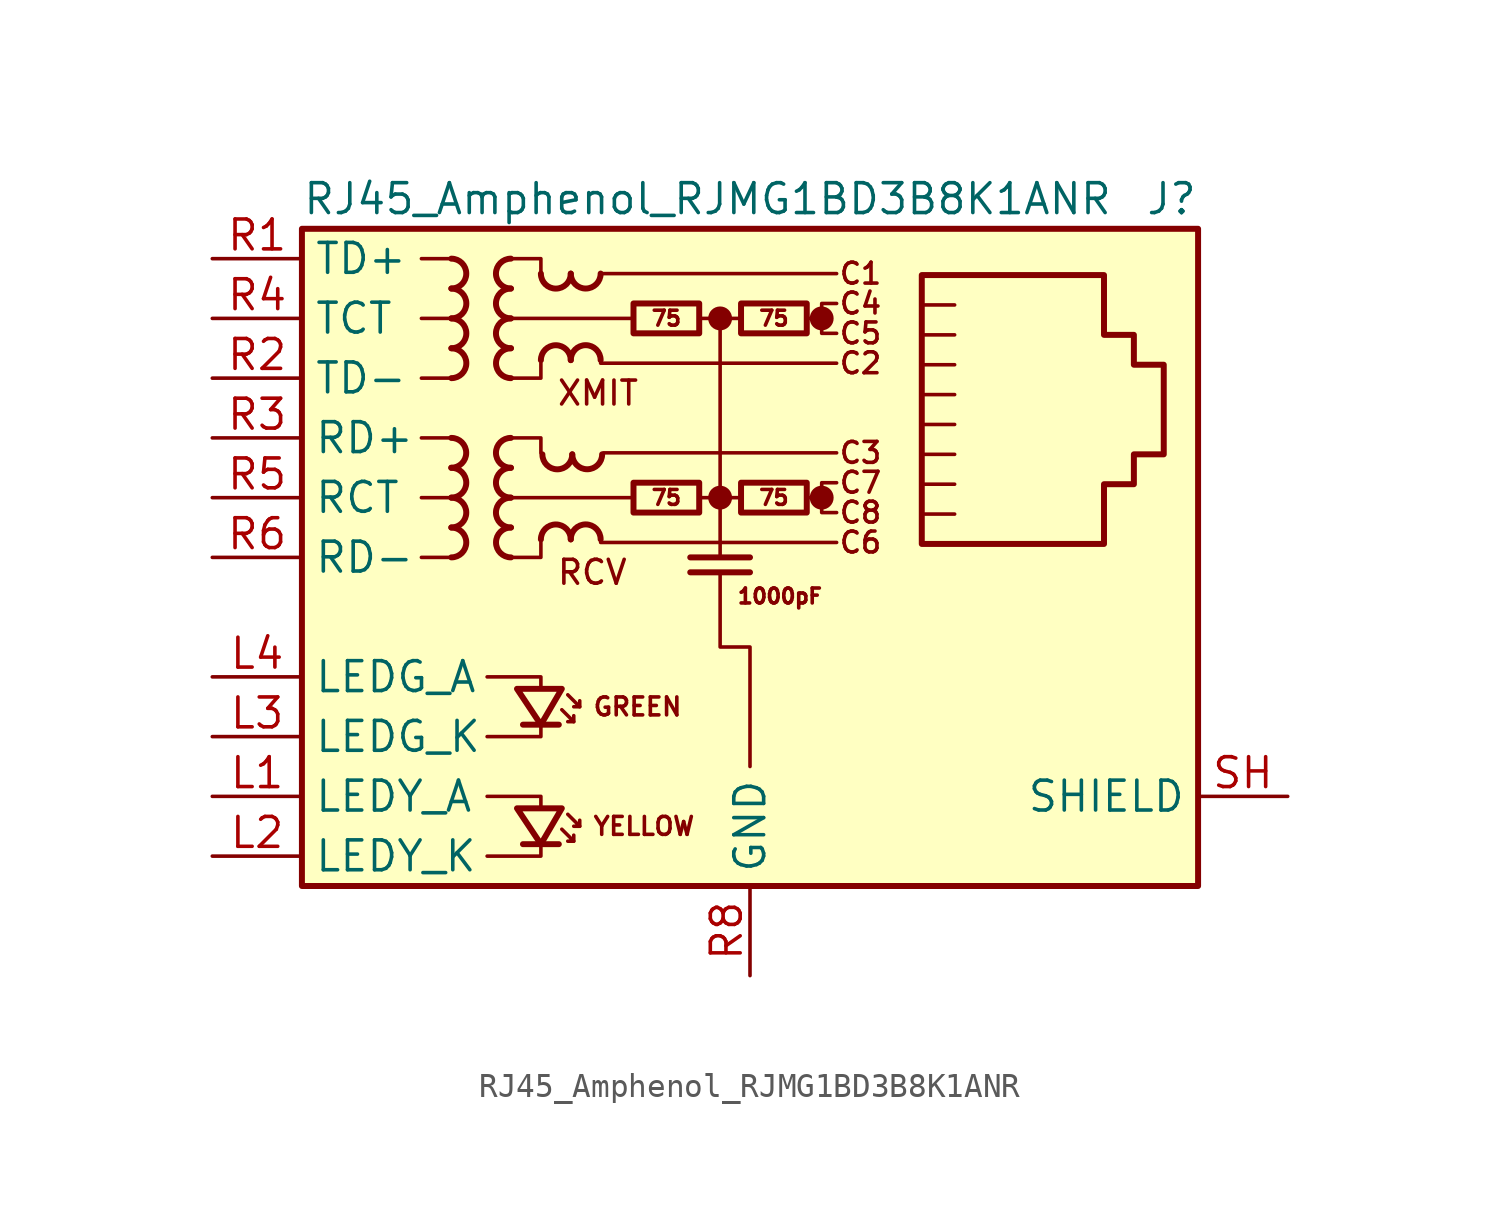
<source format=kicad_sym>
(kicad_symbol_lib
  (version 20220914)
  (generator kicad_symbol_editor)
  (symbol "RJ45_Amphenol_RJMG1BD3B8K1ANR"
    (property "Reference" "J"
      (at 19.05 15.24 0)
      (effects (font (size 1.27 1.27)) (justify right)))
    (property "Value" "RJ45_Amphenol_RJMG1BD3B8K1ANR"
      (at -19.05 15.24 0)
      (effects (font (size 1.27 1.27)) (justify left)))
    (symbol "RJ45_Amphenol_RJMG1BD3B8K1ANR_0_0"
      (circle (center -1.27 2.54) (radius 0.0001) (stroke (width 0.508) (type default)) (fill (type none)))
      (circle (center -1.27 10.16) (radius 0.0001) (stroke (width 0.508) (type default)) (fill (type none)))
      (polyline (pts (xy -1.27 10.16) (xy -1.27 0)) (stroke (width 0) (type default)) (fill (type none)))
      (polyline (pts (xy 0 -0.635) (xy -2.54 -0.635)) (stroke (width 0.254) (type default)) (fill (type none)))
      (polyline (pts (xy 0 0) (xy -2.54 0)) (stroke (width 0.254) (type default)) (fill (type none)))
      (polyline (pts (xy 3.048 2.54) (xy 2.54 2.54)) (stroke (width 0) (type default)) (fill (type none)))
      (polyline (pts (xy 3.048 10.16) (xy 2.54 10.16)) (stroke (width 0) (type default)) (fill (type none)))
      (polyline (pts (xy -11.176 -12.7) (xy -8.89 -12.7) (xy -8.89 -12.065)) (stroke (width 0) (type default)) (fill (type none)))
      (polyline (pts (xy -11.176 -10.16) (xy -8.89 -10.16) (xy -8.89 -10.668)) (stroke (width 0) (type default)) (fill (type none)))
      (polyline (pts (xy -11.176 -5.08) (xy -8.89 -5.08) (xy -8.89 -5.588)) (stroke (width 0) (type default)) (fill (type none)))
      (polyline (pts (xy -8.89 -6.985) (xy -8.89 -7.62) (xy -11.176 -7.62)) (stroke (width 0) (type default)) (fill (type none)))
      (polyline (pts (xy -1.27 -0.635) (xy -1.27 -3.81) (xy 0 -3.81) (xy 0 -8.89)) (stroke (width 0) (type default)) (fill (type none)))
      (polyline (pts (xy 3.683 3.175) (xy 3.048 3.175) (xy 3.048 1.905) (xy 3.683 1.905)) (stroke (width 0) (type default)) (fill (type none)))
      (polyline (pts (xy 3.683 10.795) (xy 3.048 10.795) (xy 3.048 9.525) (xy 3.683 9.525)) (stroke (width 0) (type default)) (fill (type none)))
      (circle (center 3.048 2.54) (radius 0.0001) (stroke (width 0.508) (type default)) (fill (type none)))
      (circle (center 3.048 10.16) (radius 0.0001) (stroke (width 0.508) (type default)) (fill (type none)))
      (text "C1" (at 4.699 12.065 0) (effects (font (size 0.889 0.889))))
      (text "C2" (at 4.699 8.255 0) (effects (font (size 0.889 0.889))))
      (text "C3" (at 4.699 4.445 0) (effects (font (size 0.889 0.889))))
      (text "C4" (at 4.699 10.795 0) (effects (font (size 0.889 0.889))))
      (text "C5" (at 4.699 9.525 0) (effects (font (size 0.889 0.889))))
      (text "C6" (at 4.699 0.635 0) (effects (font (size 0.889 0.889))))
      (text "C7" (at 4.699 3.175 0) (effects (font (size 0.889 0.889))))
      (text "C8" (at 4.699 1.905 0) (effects (font (size 0.889 0.889))))
      (text "GREEN" (at -6.731 -6.35 0) (effects (font (size 0.762 0.762)) (justify left)))
      (text "RCV" (at -8.255 -0.635 0) (effects (font (size 1.016 1.016)) (justify left)))
      (text "XMIT" (at -8.255 6.985 0) (effects (font (size 1.016 1.016)) (justify left)))
      (text "YELLOW" (at -6.731 -11.43 0) (effects (font (size 0.762 0.762)) (justify left))))
    (symbol "RJ45_Amphenol_RJMG1BD3B8K1ANR_0_1"
      (rectangle (start -19.05 13.97) (end 19.05 -13.97) (stroke (width 0.254) (type default)) (fill (type background)))
      (polyline (pts (xy -12.7 0) (xy -13.97 0)) (stroke (width 0) (type default)) (fill (type none)))
      (polyline (pts (xy -12.7 2.54) (xy -13.97 2.54)) (stroke (width 0) (type default)) (fill (type none)))
      (polyline (pts (xy -12.7 5.08) (xy -13.97 5.08)) (stroke (width 0) (type default)) (fill (type none)))
      (polyline (pts (xy -12.7 7.62) (xy -13.97 7.62)) (stroke (width 0) (type default)) (fill (type none)))
      (polyline (pts (xy -12.7 10.16) (xy -13.97 10.16)) (stroke (width 0) (type default)) (fill (type none)))
      (polyline (pts (xy -12.7 12.7) (xy -13.97 12.7)) (stroke (width 0) (type default)) (fill (type none)))
      (polyline (pts (xy -6.35 0.635) (xy 3.683 0.635)) (stroke (width 0) (type default)) (fill (type none)))
      (polyline (pts (xy -6.35 8.255) (xy 3.683 8.255)) (stroke (width 0) (type default)) (fill (type none)))
      (polyline (pts (xy -6.35 12.065) (xy 3.683 12.065)) (stroke (width 0) (type default)) (fill (type none)))
      (polyline (pts (xy -6.223 4.445) (xy 3.683 4.445)) (stroke (width 0) (type default)) (fill (type none)))
      (polyline (pts (xy -5.08 2.54) (xy -10.16 2.54)) (stroke (width 0) (type default)) (fill (type none)))
      (polyline (pts (xy -4.953 10.16) (xy -10.16 10.16)) (stroke (width 0) (type default)) (fill (type none)))
      (polyline (pts (xy -2.159 2.54) (xy -0.381 2.54)) (stroke (width 0) (type default)) (fill (type none)))
      (polyline (pts (xy -2.159 10.16) (xy -0.381 10.16)) (stroke (width 0) (type default)) (fill (type none)))
      (polyline (pts (xy 7.429 3.111) (xy 8.7 3.111)) (stroke (width 0) (type default)) (fill (type none)))
      (polyline (pts (xy 7.429 4.381) (xy 8.7 4.381)) (stroke (width 0) (type default)) (fill (type none)))
      (polyline (pts (xy 7.429 5.652) (xy 8.7 5.652)) (stroke (width 0) (type default)) (fill (type none)))
      (polyline (pts (xy 7.429 6.921) (xy 8.7 6.921)) (stroke (width 0) (type default)) (fill (type none)))
      (polyline (pts (xy 7.429 8.191) (xy 8.7 8.191)) (stroke (width 0) (type default)) (fill (type none)))
      (polyline (pts (xy 8.7 1.841) (xy 7.429 1.841)) (stroke (width 0) (type default)) (fill (type none)))
      (polyline (pts (xy 8.7 9.461) (xy 7.429 9.461)) (stroke (width 0) (type default)) (fill (type none)))
      (polyline (pts (xy 8.7 10.732) (xy 7.429 10.732)) (stroke (width 0) (type default)) (fill (type none)))
      (polyline (pts (xy -10.16 5.08) (xy -8.89 5.08) (xy -8.89 4.445)) (stroke (width 0) (type default)) (fill (type none)))
      (polyline (pts (xy -10.16 12.7) (xy -8.89 12.7) (xy -8.89 12.065)) (stroke (width 0) (type default)) (fill (type none)))
      (polyline (pts (xy -8.89 0.635) (xy -8.89 0) (xy -10.16 0)) (stroke (width 0) (type default)) (fill (type none)))
      (polyline (pts (xy -8.89 8.255) (xy -8.89 7.62) (xy -10.16 7.62)) (stroke (width 0) (type default)) (fill (type none))))
    (symbol "RJ45_Amphenol_RJMG1BD3B8K1ANR_1_0"
      (text "1000pF" (at 1.27 -1.651 0) (effects (font (size 0.635 0.635)))))
    (symbol "RJ45_Amphenol_RJMG1BD3B8K1ANR_1_1"
      (arc (start -12.7 3.81) (mid -12.0677 4.445) (end -12.7 5.08) (stroke (width 0.254) (type default)) (fill (type none)))
      (arc (start -12.6973 0) (mid -12.065 0.635) (end -12.6973 1.27) (stroke (width 0.254) (type default)) (fill (type none)))
      (arc (start -12.6973 1.27) (mid -12.065 1.905) (end -12.6973 2.54) (stroke (width 0.254) (type default)) (fill (type none)))
      (arc (start -12.6973 2.54) (mid -12.065 3.175) (end -12.6973 3.81) (stroke (width 0.254) (type default)) (fill (type none)))
      (arc (start -12.6973 11.43) (mid -12.065 12.065) (end -12.6973 12.7) (stroke (width 0.254) (type default)) (fill (type none)))
      (arc (start -12.6946 7.62) (mid -12.0623 8.255) (end -12.6946 8.89) (stroke (width 0.254) (type default)) (fill (type none)))
      (arc (start -12.6946 8.89) (mid -12.0623 9.525) (end -12.6946 10.16) (stroke (width 0.254) (type default)) (fill (type none)))
      (arc (start -12.6946 10.16) (mid -12.0623 10.795) (end -12.6946 11.43) (stroke (width 0.254) (type default)) (fill (type none)))
      (arc (start -10.1654 2.54) (mid -10.7977 1.905) (end -10.1654 1.27) (stroke (width 0.254) (type default)) (fill (type none)))
      (arc (start -10.1654 3.81) (mid -10.7977 3.175) (end -10.1654 2.54) (stroke (width 0.254) (type default)) (fill (type none)))
      (arc (start -10.1654 5.08) (mid -10.7977 4.445) (end -10.1654 3.81) (stroke (width 0.254) (type default)) (fill (type none)))
      (arc (start -10.1654 10.16) (mid -10.7977 9.525) (end -10.1654 8.89) (stroke (width 0.254) (type default)) (fill (type none)))
      (arc (start -10.1654 11.43) (mid -10.7977 10.795) (end -10.1654 10.16) (stroke (width 0.254) (type default)) (fill (type none)))
      (arc (start -10.1654 12.7) (mid -10.7977 12.065) (end -10.1654 11.43) (stroke (width 0.254) (type default)) (fill (type none)))
      (arc (start -10.1627 1.27) (mid -10.795 0.635) (end -10.1627 0) (stroke (width 0.254) (type default)) (fill (type none)))
      (arc (start -10.1627 8.89) (mid -10.795 8.255) (end -10.1627 7.62) (stroke (width 0.254) (type default)) (fill (type none)))
      (arc (start -8.89 12.0623) (mid -8.255 11.43) (end -7.62 12.0623) (stroke (width 0.254) (type default)) (fill (type none)))
      (arc (start -8.8265 4.3788) (mid -8.1915 3.7465) (end -7.5565 4.3788) (stroke (width 0.254) (type default)) (fill (type none)))
      (arc (start -7.62 0.7647) (mid -8.255 1.397) (end -8.89 0.7647) (stroke (width 0.254) (type default)) (fill (type none)))
      (arc (start -7.62 8.3847) (mid -8.255 9.017) (end -8.89 8.3847) (stroke (width 0.254) (type default)) (fill (type none)))
      (arc (start -7.62 12.065) (mid -6.985 11.4327) (end -6.35 12.065) (stroke (width 0.254) (type default)) (fill (type none)))
      (arc (start -7.5565 4.3815) (mid -6.9215 3.7492) (end -6.2865 4.3815) (stroke (width 0.254) (type default)) (fill (type none)))
      (arc (start -6.35 0.7674) (mid -6.985 1.3997) (end -7.62 0.7674) (stroke (width 0.254) (type default)) (fill (type none)))
      (arc (start -6.35 8.3874) (mid -6.985 9.0197) (end -7.62 8.3874) (stroke (width 0.254) (type default)) (fill (type none)))
      (rectangle (start -4.953 3.175) (end -2.159 1.905) (stroke (width 0.254) (type default)) (fill (type none)))
      (rectangle (start -4.953 10.795) (end -2.159 9.525) (stroke (width 0.254) (type default)) (fill (type none)))
      (rectangle (start -0.381 3.175) (end 2.413 1.905) (stroke (width 0.254) (type default)) (fill (type none)))
      (rectangle (start -0.381 10.795) (end 2.413 9.525) (stroke (width 0.254) (type default)) (fill (type none)))
      (polyline (pts (xy -8.128 -12.192) (xy -9.652 -12.192)) (stroke (width 0.254) (type default)) (fill (type none)))
      (polyline (pts (xy -8.128 -7.112) (xy -9.652 -7.112)) (stroke (width 0.254) (type default)) (fill (type none)))
      (polyline (pts (xy -7.493 -12.065) (xy -7.493 -11.811)) (stroke (width 0) (type default)) (fill (type none)))
      (polyline (pts (xy -7.493 -6.985) (xy -7.493 -6.731)) (stroke (width 0) (type default)) (fill (type none)))
      (polyline (pts (xy -7.239 -11.43) (xy -7.239 -11.176)) (stroke (width 0) (type default)) (fill (type none)))
      (polyline (pts (xy -7.239 -6.35) (xy -7.239 -6.096)) (stroke (width 0) (type default)) (fill (type none)))
      (polyline (pts (xy -8.001 -11.557) (xy -7.493 -12.065) (xy -7.747 -12.065)) (stroke (width 0) (type default)) (fill (type none)))
      (polyline (pts (xy -8.001 -6.477) (xy -7.493 -6.985) (xy -7.747 -6.985)) (stroke (width 0) (type default)) (fill (type none)))
      (polyline (pts (xy -7.747 -10.922) (xy -7.239 -11.43) (xy -7.493 -11.43)) (stroke (width 0) (type default)) (fill (type none)))
      (polyline (pts (xy -7.747 -5.842) (xy -7.239 -6.35) (xy -7.493 -6.35)) (stroke (width 0) (type default)) (fill (type none)))
      (polyline (pts (xy -8.001 -10.668) (xy -9.906 -10.668) (xy -8.89 -12.192) (xy -8.001 -10.668)) (stroke (width 0.254) (type default)) (fill (type none)))
      (polyline (pts (xy -8.001 -5.588) (xy -9.906 -5.588) (xy -8.89 -7.112) (xy -8.001 -5.588)) (stroke (width 0.254) (type default)) (fill (type none)))
      (polyline (pts (xy 7.303 0.572) (xy 7.303 12.002) (xy 15.05 12.002) (xy 15.05 9.461) (xy 16.32 9.461) (xy 16.32 8.191) (xy 17.59 8.191) (xy 17.59 4.381) (xy 16.32 4.381) (xy 16.32 3.111) (xy 15.05 3.111) (xy 15.05 0.572) (xy 7.303 0.572)) (stroke (width 0.254) (type default)) (fill (type none)))
      (text "75" (at -3.556 2.54 0) (effects (font (size 0.635 0.635))))
      (text "75" (at -3.556 10.16 0) (effects (font (size 0.635 0.635))))
      (text "75" (at 1.016 2.54 0) (effects (font (size 0.635 0.635))))
      (text "75" (at 1.016 10.16 0) (effects (font (size 0.635 0.635))))
      (pin passive line (at -22.86 -10.16 0) (length 3.81) (name "LEDY_A" (effects (font (size 1.27 1.27)))) (number "L1" (effects (font (size 1.27 1.27)))))
      (pin passive line (at -22.86 -12.7 0) (length 3.81) (name "LEDY_K" (effects (font (size 1.27 1.27)))) (number "L2" (effects (font (size 1.27 1.27)))))
      (pin passive line (at -22.86 -7.62 0) (length 3.81) (name "LEDG_K" (effects (font (size 1.27 1.27)))) (number "L3" (effects (font (size 1.27 1.27)))))
      (pin passive line (at -22.86 -5.08 0) (length 3.81) (name "LEDG_A" (effects (font (size 1.27 1.27)))) (number "L4" (effects (font (size 1.27 1.27)))))
      (pin passive line (at -22.86 12.7 0) (length 3.81) (name "TD+" (effects (font (size 1.27 1.27)))) (number "R1" (effects (font (size 1.27 1.27)))))
      (pin passive line (at -22.86 7.62 0) (length 3.81) (name "TD-" (effects (font (size 1.27 1.27)))) (number "R2" (effects (font (size 1.27 1.27)))))
      (pin passive line (at -22.86 5.08 0) (length 3.81) (name "RD+" (effects (font (size 1.27 1.27)))) (number "R3" (effects (font (size 1.27 1.27)))))
      (pin passive line (at -22.86 10.16 0) (length 3.81) (name "TCT" (effects (font (size 1.27 1.27)))) (number "R4" (effects (font (size 1.27 1.27)))))
      (pin passive line (at -22.86 2.54 0) (length 3.81) (name "RCT" (effects (font (size 1.27 1.27)))) (number "R5" (effects (font (size 1.27 1.27)))))
      (pin passive line (at -22.86 0 0) (length 3.81) (name "RD-" (effects (font (size 1.27 1.27)))) (number "R6" (effects (font (size 1.27 1.27)))))
      (pin no_connect line (at 12.7 -5.08 0) (length 0) hide (name "NC" (effects (font (size 1.27 1.27)))) (number "R7" (effects (font (size 1.27 1.27)))))
      (pin power_in line (at 0 -17.78 90) (length 3.81) (name "GND" (effects (font (size 1.27 1.27)))) (number "R8" (effects (font (size 1.27 1.27)))))
      (pin passive line (at 22.86 -10.16 180) (length 3.81) (name "SHIELD" (effects (font (size 1.27 1.27)))) (number "SH" (effects (font (size 1.27 1.27))))))))
</source>
